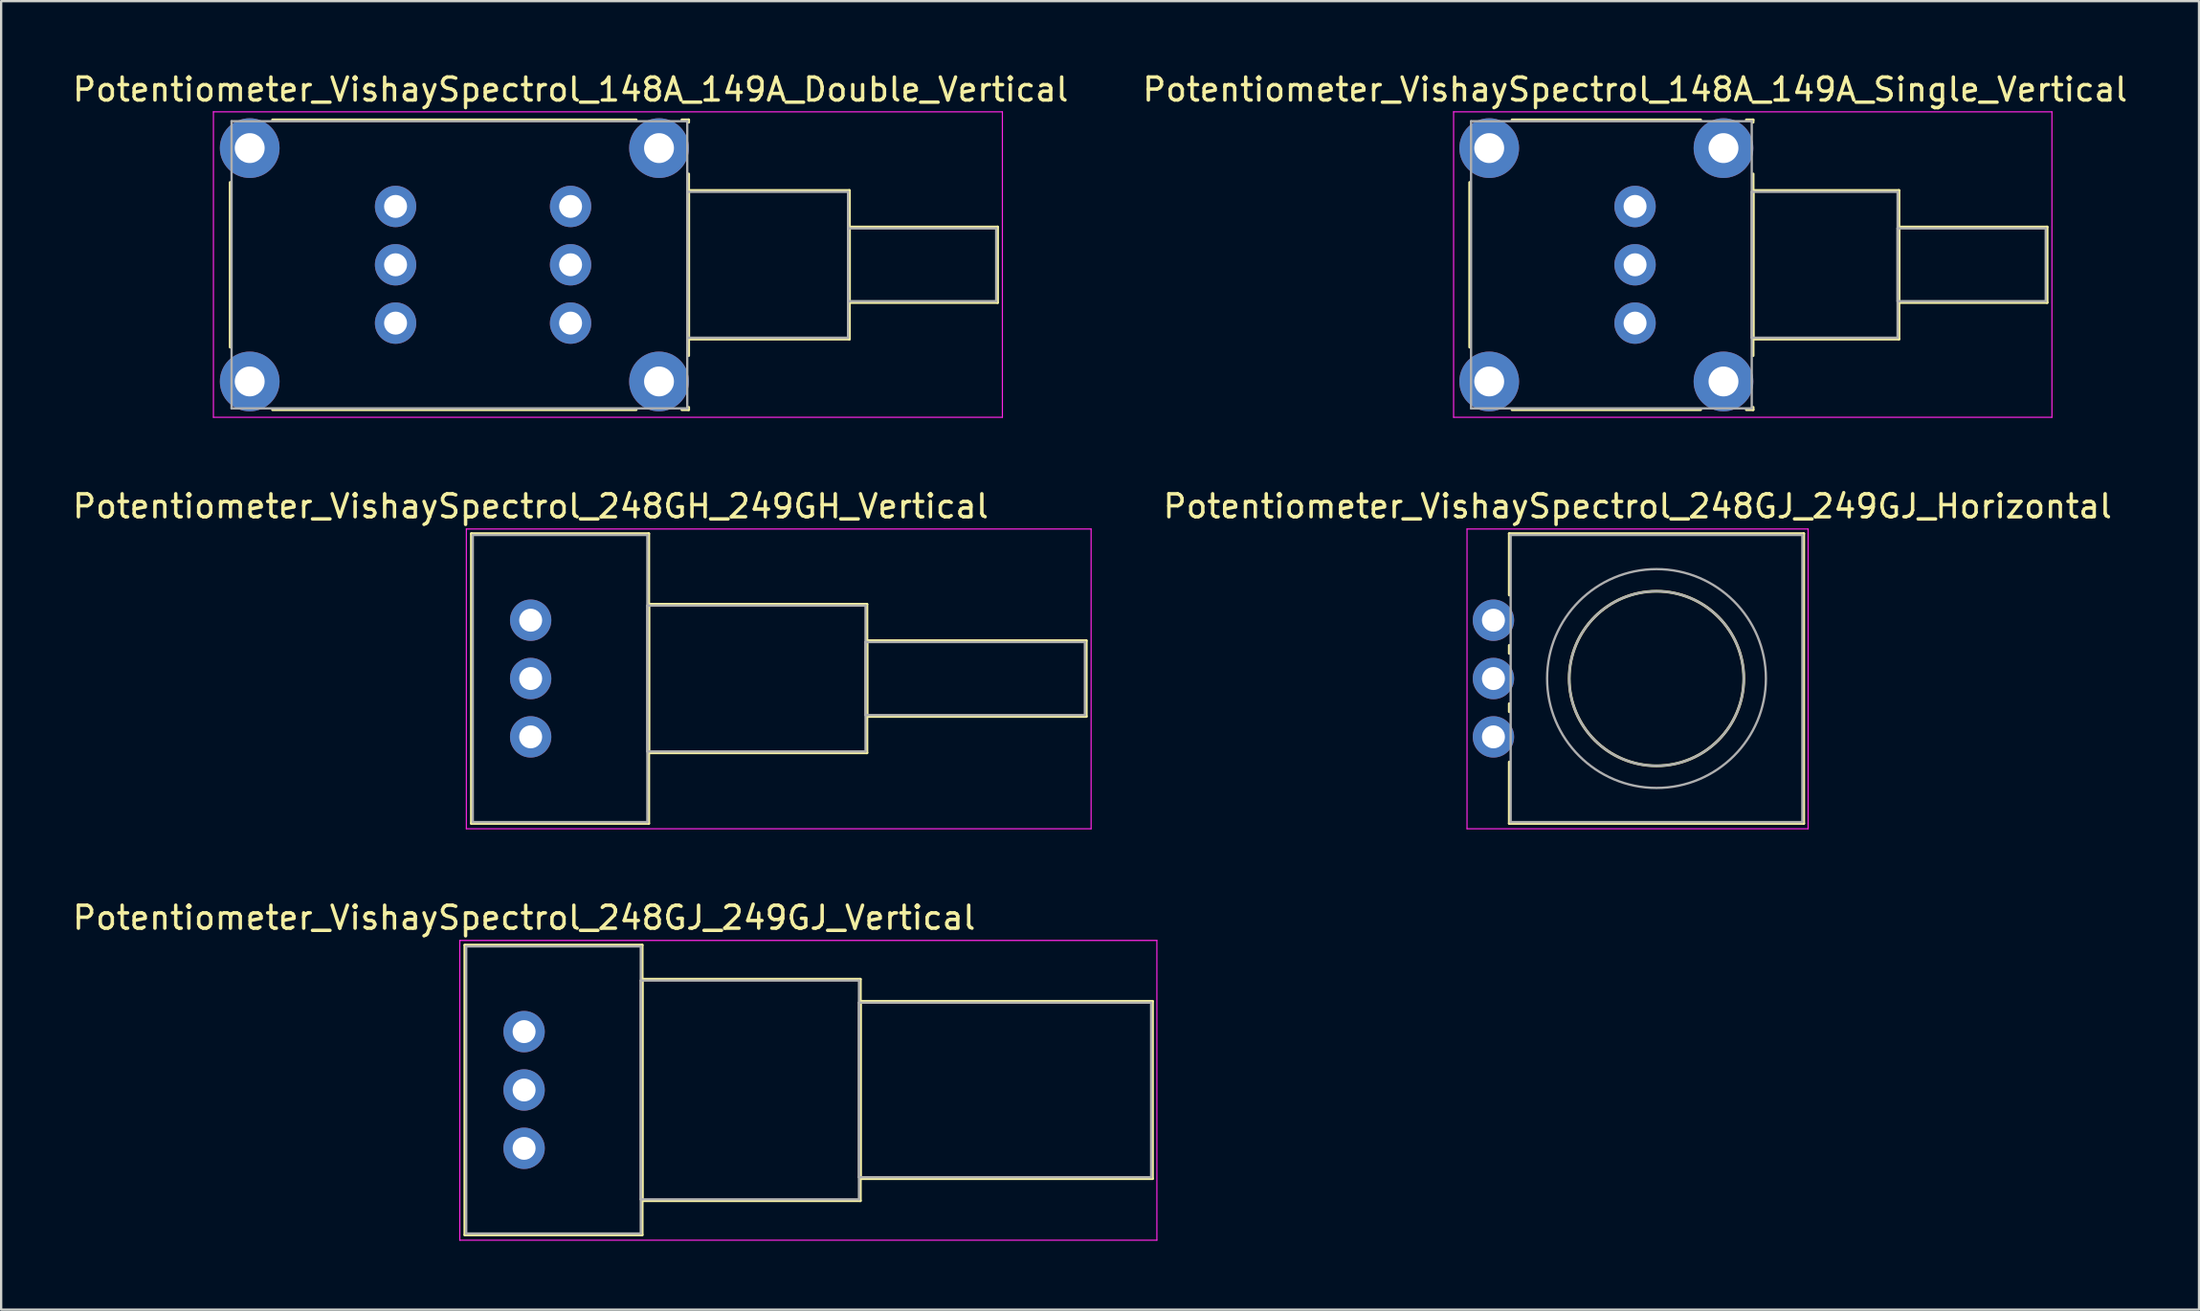
<source format=kicad_pcb>
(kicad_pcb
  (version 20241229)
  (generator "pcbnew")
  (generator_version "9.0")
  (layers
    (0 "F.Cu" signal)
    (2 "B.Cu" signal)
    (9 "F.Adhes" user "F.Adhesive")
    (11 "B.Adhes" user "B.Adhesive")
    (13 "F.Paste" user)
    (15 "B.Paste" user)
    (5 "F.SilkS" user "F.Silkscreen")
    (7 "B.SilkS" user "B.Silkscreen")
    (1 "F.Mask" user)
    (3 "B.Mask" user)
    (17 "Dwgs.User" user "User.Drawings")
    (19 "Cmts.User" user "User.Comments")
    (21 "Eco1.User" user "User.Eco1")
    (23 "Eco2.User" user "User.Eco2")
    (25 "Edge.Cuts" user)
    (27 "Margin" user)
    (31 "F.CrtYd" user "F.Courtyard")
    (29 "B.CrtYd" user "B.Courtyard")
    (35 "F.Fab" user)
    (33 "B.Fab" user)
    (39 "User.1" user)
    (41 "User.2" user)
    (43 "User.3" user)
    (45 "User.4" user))
  (footprint "Potentiometer_VishaySpectrol_248GJ_249GJ_Horizontal"
    (layer "F.Cu")
    (at 61.971 29.032)
    (property "Reference" "Potentiometer_VishaySpectrol_248GJ_249GJ_Horizontal" (at 6.275 -10.04 0) (layer "F.SilkS") (effects (font (size 1 1) (thickness 0.15))))
    (attr through_hole)
    (fp_line (start 0.69 -8.85) (end 0.69 -6.175) (stroke (width 0.12) (type solid)) (layer "F.SilkS"))
    (fp_line (start 0.69 -8.85) (end 13.51 -8.85) (stroke (width 0.12) (type solid)) (layer "F.SilkS"))
    (fp_line (start 0.69 -3.985) (end 0.69 -3.635) (stroke (width 0.12) (type solid)) (layer "F.SilkS"))
    (fp_line (start 0.69 -1.445) (end 0.69 -1.095) (stroke (width 0.12) (type solid)) (layer "F.SilkS"))
    (fp_line (start 0.69 1.095) (end 0.69 3.77) (stroke (width 0.12) (type solid)) (layer "F.SilkS"))
    (fp_line (start 0.69 3.77) (end 13.51 3.77) (stroke (width 0.12) (type solid)) (layer "F.SilkS"))
    (fp_line (start 13.51 -8.85) (end 13.51 3.77) (stroke (width 0.12) (type solid)) (layer "F.SilkS"))
    (fp_circle (center 7.1 -2.54) (end 10.9 -2.54) (stroke (width 0.12) (type solid)) (fill no) (layer "F.SilkS"))
    (fp_line (start -1.15 -9.05) (end -1.15 4) (stroke (width 0.05) (type solid)) (layer "F.CrtYd"))
    (fp_line (start -1.15 4) (end 13.7 4) (stroke (width 0.05) (type solid)) (layer "F.CrtYd"))
    (fp_line (start 13.7 -9.05) (end -1.15 -9.05) (stroke (width 0.05) (type solid)) (layer "F.CrtYd"))
    (fp_line (start 13.7 4) (end 13.7 -9.05) (stroke (width 0.05) (type solid)) (layer "F.CrtYd"))
    (fp_line (start 0.75 -8.79) (end 0.75 3.71) (stroke (width 0.1) (type solid)) (layer "F.Fab"))
    (fp_line (start 0.75 3.71) (end 13.45 3.71) (stroke (width 0.1) (type solid)) (layer "F.Fab"))
    (fp_line (start 13.45 -8.79) (end 0.75 -8.79) (stroke (width 0.1) (type solid)) (layer "F.Fab"))
    (fp_line (start 13.45 3.71) (end 13.45 -8.79) (stroke (width 0.1) (type solid)) (layer "F.Fab"))
    (fp_circle (center 7.1 -2.54) (end 10.9 -2.54) (stroke (width 0.1) (type solid)) (fill no) (layer "F.Fab"))
    (fp_circle (center 7.1 -2.54) (end 11.863 -2.54) (stroke (width 0.1) (type solid)) (fill no) (layer "F.Fab"))
    (pad "1" thru_hole circle (at 0 0) (size 1.8 1.8) (drill 1) (layers "*.Cu" "*.Mask"))
    (pad "2" thru_hole circle (at 0 -2.54) (size 1.8 1.8) (drill 1) (layers "*.Cu" "*.Mask"))
    (pad "3" thru_hole circle (at 0 -5.08) (size 1.8 1.8) (drill 1) (layers "*.Cu" "*.Mask")))
  (footprint "Potentiometer_VishaySpectrol_148A_149A_Single_Vertical"
    (layer "F.Cu")
    (at 68.137 11.018)
    (property "Reference" "Potentiometer_VishaySpectrol_148A_149A_Single_Vertical" (at 0 -10.17 0) (layer "F.SilkS") (effects (font (size 1 1) (thickness 0.15))))
    (attr through_hole)
    (fp_line (start -7.2 -6.126) (end -7.2 1.046) (stroke (width 0.12) (type solid)) (layer "F.SilkS"))
    (fp_line (start -5.357 -8.85) (end 2.857 -8.85) (stroke (width 0.12) (type solid)) (layer "F.SilkS"))
    (fp_line (start -5.357 3.77) (end 2.857 3.77) (stroke (width 0.12) (type solid)) (layer "F.SilkS"))
    (fp_line (start 4.844 -8.85) (end 5.14 -8.85) (stroke (width 0.12) (type solid)) (layer "F.SilkS"))
    (fp_line (start 4.844 3.77) (end 5.14 3.77) (stroke (width 0.12) (type solid)) (layer "F.SilkS"))
    (fp_line (start 5.14 -8.85) (end 5.14 -8.746) (stroke (width 0.12) (type solid)) (layer "F.SilkS"))
    (fp_line (start 5.14 -6.496) (end 5.14 1.415) (stroke (width 0.12) (type solid)) (layer "F.SilkS"))
    (fp_line (start 5.14 -5.775) (end 5.14 0.695) (stroke (width 0.12) (type solid)) (layer "F.SilkS"))
    (fp_line (start 5.14 -5.775) (end 11.49 -5.775) (stroke (width 0.12) (type solid)) (layer "F.SilkS"))
    (fp_line (start 5.14 0.695) (end 11.49 0.695) (stroke (width 0.12) (type solid)) (layer "F.SilkS"))
    (fp_line (start 5.14 3.665) (end 5.14 3.77) (stroke (width 0.12) (type solid)) (layer "F.SilkS"))
    (fp_line (start 11.49 -5.775) (end 11.49 0.695) (stroke (width 0.12) (type solid)) (layer "F.SilkS"))
    (fp_line (start 11.49 -4.185) (end 11.49 -0.895) (stroke (width 0.12) (type solid)) (layer "F.SilkS"))
    (fp_line (start 11.49 -4.185) (end 17.94 -4.185) (stroke (width 0.12) (type solid)) (layer "F.SilkS"))
    (fp_line (start 11.49 -0.895) (end 17.94 -0.895) (stroke (width 0.12) (type solid)) (layer "F.SilkS"))
    (fp_line (start 17.94 -4.185) (end 17.94 -0.895) (stroke (width 0.12) (type solid)) (layer "F.SilkS"))
    (fp_line (start -7.9 -9.2) (end -7.9 4.1) (stroke (width 0.05) (type solid)) (layer "F.CrtYd"))
    (fp_line (start -7.9 4.1) (end 18.15 4.1) (stroke (width 0.05) (type solid)) (layer "F.CrtYd"))
    (fp_line (start 18.15 -9.2) (end -7.9 -9.2) (stroke (width 0.05) (type solid)) (layer "F.CrtYd"))
    (fp_line (start 18.15 4.1) (end 18.15 -9.2) (stroke (width 0.05) (type solid)) (layer "F.CrtYd"))
    (fp_line (start -7.14 -8.79) (end -7.14 3.71) (stroke (width 0.1) (type solid)) (layer "F.Fab"))
    (fp_line (start -7.14 3.71) (end 5.08 3.71) (stroke (width 0.1) (type solid)) (layer "F.Fab"))
    (fp_line (start 5.08 -8.79) (end -7.14 -8.79) (stroke (width 0.1) (type solid)) (layer "F.Fab"))
    (fp_line (start 5.08 -5.715) (end 5.08 0.635) (stroke (width 0.1) (type solid)) (layer "F.Fab"))
    (fp_line (start 5.08 0.635) (end 11.43 0.635) (stroke (width 0.1) (type solid)) (layer "F.Fab"))
    (fp_line (start 5.08 3.71) (end 5.08 -8.79) (stroke (width 0.1) (type solid)) (layer "F.Fab"))
    (fp_line (start 11.43 -5.715) (end 5.08 -5.715) (stroke (width 0.1) (type solid)) (layer "F.Fab"))
    (fp_line (start 11.43 -4.125) (end 11.43 -0.955) (stroke (width 0.1) (type solid)) (layer "F.Fab"))
    (fp_line (start 11.43 -0.955) (end 17.88 -0.955) (stroke (width 0.1) (type solid)) (layer "F.Fab"))
    (fp_line (start 11.43 0.635) (end 11.43 -5.715) (stroke (width 0.1) (type solid)) (layer "F.Fab"))
    (fp_line (start 17.88 -4.125) (end 11.43 -4.125) (stroke (width 0.1) (type solid)) (layer "F.Fab"))
    (fp_line (start 17.88 -0.955) (end 17.88 -4.125) (stroke (width 0.1) (type solid)) (layer "F.Fab"))
    (pad "0" thru_hole circle (at -6.35 -7.62) (size 2.6 2.6) (drill 1.3) (layers "*.Cu" "*.Mask"))
    (pad "0" thru_hole circle (at -6.35 2.54) (size 2.6 2.6) (drill 1.3) (layers "*.Cu" "*.Mask"))
    (pad "0" thru_hole circle (at 3.85 -7.62) (size 2.6 2.6) (drill 1.3) (layers "*.Cu" "*.Mask"))
    (pad "0" thru_hole circle (at 3.85 2.54) (size 2.6 2.6) (drill 1.3) (layers "*.Cu" "*.Mask"))
    (pad "1" thru_hole circle (at 0 0) (size 1.8 1.8) (drill 1) (layers "*.Cu" "*.Mask"))
    (pad "2" thru_hole circle (at 0 -2.54) (size 1.8 1.8) (drill 1) (layers "*.Cu" "*.Mask"))
    (pad "3" thru_hole circle (at 0 -5.08) (size 1.8 1.8) (drill 1) (layers "*.Cu" "*.Mask")))
  (footprint "Potentiometer_VishaySpectrol_248GJ_249GJ_Vertical"
    (layer "F.Cu")
    (at 19.768 46.945)
    (property "Reference" "Potentiometer_VishaySpectrol_248GJ_249GJ_Vertical" (at 0 -10.04 0) (layer "F.SilkS") (effects (font (size 1 1) (thickness 0.15))))
    (attr through_hole)
    (fp_line (start -2.58 -8.85) (end -2.58 3.77) (stroke (width 0.12) (type solid)) (layer "F.SilkS"))
    (fp_line (start -2.58 -8.85) (end 5.141 -8.85) (stroke (width 0.12) (type solid)) (layer "F.SilkS"))
    (fp_line (start -2.58 3.77) (end 5.141 3.77) (stroke (width 0.12) (type solid)) (layer "F.SilkS"))
    (fp_line (start 5.141 -8.85) (end 5.141 3.77) (stroke (width 0.12) (type solid)) (layer "F.SilkS"))
    (fp_line (start 5.141 -7.363) (end 5.141 2.283) (stroke (width 0.12) (type solid)) (layer "F.SilkS"))
    (fp_line (start 5.141 -7.363) (end 14.64 -7.363) (stroke (width 0.12) (type solid)) (layer "F.SilkS"))
    (fp_line (start 5.141 2.283) (end 14.64 2.283) (stroke (width 0.12) (type solid)) (layer "F.SilkS"))
    (fp_line (start 14.64 -7.363) (end 14.64 2.283) (stroke (width 0.12) (type solid)) (layer "F.SilkS"))
    (fp_line (start 14.64 -6.4) (end 14.64 1.32) (stroke (width 0.12) (type solid)) (layer "F.SilkS"))
    (fp_line (start 14.64 -6.4) (end 27.36 -6.4) (stroke (width 0.12) (type solid)) (layer "F.SilkS"))
    (fp_line (start 14.64 1.32) (end 27.36 1.32) (stroke (width 0.12) (type solid)) (layer "F.SilkS"))
    (fp_line (start 27.36 -6.4) (end 27.36 1.32) (stroke (width 0.12) (type solid)) (layer "F.SilkS"))
    (fp_line (start -2.8 -9.05) (end -2.8 4) (stroke (width 0.05) (type solid)) (layer "F.CrtYd"))
    (fp_line (start -2.8 4) (end 27.55 4) (stroke (width 0.05) (type solid)) (layer "F.CrtYd"))
    (fp_line (start 27.55 -9.05) (end -2.8 -9.05) (stroke (width 0.05) (type solid)) (layer "F.CrtYd"))
    (fp_line (start 27.55 4) (end 27.55 -9.05) (stroke (width 0.05) (type solid)) (layer "F.CrtYd"))
    (fp_line (start -2.52 -8.79) (end -2.52 3.71) (stroke (width 0.1) (type solid)) (layer "F.Fab"))
    (fp_line (start -2.52 3.71) (end 5.08 3.71) (stroke (width 0.1) (type solid)) (layer "F.Fab"))
    (fp_line (start 5.08 -8.79) (end -2.52 -8.79) (stroke (width 0.1) (type solid)) (layer "F.Fab"))
    (fp_line (start 5.08 -7.303) (end 5.08 2.223) (stroke (width 0.1) (type solid)) (layer "F.Fab"))
    (fp_line (start 5.08 2.223) (end 14.58 2.223) (stroke (width 0.1) (type solid)) (layer "F.Fab"))
    (fp_line (start 5.08 3.71) (end 5.08 -8.79) (stroke (width 0.1) (type solid)) (layer "F.Fab"))
    (fp_line (start 14.58 -7.303) (end 5.08 -7.303) (stroke (width 0.1) (type solid)) (layer "F.Fab"))
    (fp_line (start 14.58 -6.34) (end 14.58 1.26) (stroke (width 0.1) (type solid)) (layer "F.Fab"))
    (fp_line (start 14.58 1.26) (end 27.3 1.26) (stroke (width 0.1) (type solid)) (layer "F.Fab"))
    (fp_line (start 14.58 2.223) (end 14.58 -7.303) (stroke (width 0.1) (type solid)) (layer "F.Fab"))
    (fp_line (start 27.3 -6.34) (end 14.58 -6.34) (stroke (width 0.1) (type solid)) (layer "F.Fab"))
    (fp_line (start 27.3 1.26) (end 27.3 -6.34) (stroke (width 0.1) (type solid)) (layer "F.Fab"))
    (pad "1" thru_hole circle (at 0 0) (size 1.8 1.8) (drill 1) (layers "*.Cu" "*.Mask"))
    (pad "2" thru_hole circle (at 0 -2.54) (size 1.8 1.8) (drill 1) (layers "*.Cu" "*.Mask"))
    (pad "3" thru_hole circle (at 0 -5.08) (size 1.8 1.8) (drill 1) (layers "*.Cu" "*.Mask")))
  (footprint "Potentiometer_VishaySpectrol_248GH_249GH_Vertical"
    (layer "F.Cu")
    (at 20.054 29.032)
    (property "Reference" "Potentiometer_VishaySpectrol_248GH_249GH_Vertical" (at 0 -10.04 0) (layer "F.SilkS") (effects (font (size 1 1) (thickness 0.15))))
    (attr through_hole)
    (fp_line (start -2.58 -8.85) (end -2.58 3.77) (stroke (width 0.12) (type solid)) (layer "F.SilkS"))
    (fp_line (start -2.58 -8.85) (end 5.141 -8.85) (stroke (width 0.12) (type solid)) (layer "F.SilkS"))
    (fp_line (start -2.58 3.77) (end 5.141 3.77) (stroke (width 0.12) (type solid)) (layer "F.SilkS"))
    (fp_line (start 5.141 -8.85) (end 5.141 3.77) (stroke (width 0.12) (type solid)) (layer "F.SilkS"))
    (fp_line (start 5.141 -5.775) (end 5.141 0.695) (stroke (width 0.12) (type solid)) (layer "F.SilkS"))
    (fp_line (start 5.141 -5.775) (end 14.64 -5.775) (stroke (width 0.12) (type solid)) (layer "F.SilkS"))
    (fp_line (start 5.141 0.695) (end 14.64 0.695) (stroke (width 0.12) (type solid)) (layer "F.SilkS"))
    (fp_line (start 14.64 -5.775) (end 14.64 0.695) (stroke (width 0.12) (type solid)) (layer "F.SilkS"))
    (fp_line (start 14.64 -4.189) (end 14.64 -0.89) (stroke (width 0.12) (type solid)) (layer "F.SilkS"))
    (fp_line (start 14.64 -4.189) (end 24.19 -4.189) (stroke (width 0.12) (type solid)) (layer "F.SilkS"))
    (fp_line (start 14.64 -0.89) (end 24.19 -0.89) (stroke (width 0.12) (type solid)) (layer "F.SilkS"))
    (fp_line (start 24.19 -4.189) (end 24.19 -0.89) (stroke (width 0.12) (type solid)) (layer "F.SilkS"))
    (fp_line (start -2.8 -9.05) (end -2.8 4) (stroke (width 0.05) (type solid)) (layer "F.CrtYd"))
    (fp_line (start -2.8 4) (end 24.4 4) (stroke (width 0.05) (type solid)) (layer "F.CrtYd"))
    (fp_line (start 24.4 -9.05) (end -2.8 -9.05) (stroke (width 0.05) (type solid)) (layer "F.CrtYd"))
    (fp_line (start 24.4 4) (end 24.4 -9.05) (stroke (width 0.05) (type solid)) (layer "F.CrtYd"))
    (fp_line (start -2.52 -8.79) (end -2.52 3.71) (stroke (width 0.1) (type solid)) (layer "F.Fab"))
    (fp_line (start -2.52 3.71) (end 5.08 3.71) (stroke (width 0.1) (type solid)) (layer "F.Fab"))
    (fp_line (start 5.08 -8.79) (end -2.52 -8.79) (stroke (width 0.1) (type solid)) (layer "F.Fab"))
    (fp_line (start 5.08 -5.715) (end 5.08 0.635) (stroke (width 0.1) (type solid)) (layer "F.Fab"))
    (fp_line (start 5.08 0.635) (end 14.58 0.635) (stroke (width 0.1) (type solid)) (layer "F.Fab"))
    (fp_line (start 5.08 3.71) (end 5.08 -8.79) (stroke (width 0.1) (type solid)) (layer "F.Fab"))
    (fp_line (start 14.58 -5.715) (end 5.08 -5.715) (stroke (width 0.1) (type solid)) (layer "F.Fab"))
    (fp_line (start 14.58 -4.13) (end 14.58 -0.95) (stroke (width 0.1) (type solid)) (layer "F.Fab"))
    (fp_line (start 14.58 -0.95) (end 24.13 -0.95) (stroke (width 0.1) (type solid)) (layer "F.Fab"))
    (fp_line (start 14.58 0.635) (end 14.58 -5.715) (stroke (width 0.1) (type solid)) (layer "F.Fab"))
    (fp_line (start 24.13 -4.13) (end 14.58 -4.13) (stroke (width 0.1) (type solid)) (layer "F.Fab"))
    (fp_line (start 24.13 -0.95) (end 24.13 -4.13) (stroke (width 0.1) (type solid)) (layer "F.Fab"))
    (pad "1" thru_hole circle (at 0 0) (size 1.8 1.8) (drill 1) (layers "*.Cu" "*.Mask"))
    (pad "2" thru_hole circle (at 0 -2.54) (size 1.8 1.8) (drill 1) (layers "*.Cu" "*.Mask"))
    (pad "3" thru_hole circle (at 0 -5.08) (size 1.8 1.8) (drill 1) (layers "*.Cu" "*.Mask")))
  (footprint "Potentiometer_VishaySpectrol_148A_149A_Double_Vertical"
    (layer "F.Cu")
    (at 21.792 11.018)
    (property "Reference" "Potentiometer_VishaySpectrol_148A_149A_Double_Vertical" (at 0 -10.17 0) (layer "F.SilkS") (effects (font (size 1 1) (thickness 0.15))))
    (attr through_hole)
    (fp_line (start -14.82 -6.126) (end -14.82 1.046) (stroke (width 0.12) (type solid)) (layer "F.SilkS"))
    (fp_line (start -12.977 -8.85) (end 2.857 -8.85) (stroke (width 0.12) (type solid)) (layer "F.SilkS"))
    (fp_line (start -12.977 3.77) (end 2.857 3.77) (stroke (width 0.12) (type solid)) (layer "F.SilkS"))
    (fp_line (start 4.844 -8.85) (end 5.141 -8.85) (stroke (width 0.12) (type solid)) (layer "F.SilkS"))
    (fp_line (start 4.844 3.77) (end 5.141 3.77) (stroke (width 0.12) (type solid)) (layer "F.SilkS"))
    (fp_line (start 5.141 -8.85) (end 5.141 -8.746) (stroke (width 0.12) (type solid)) (layer "F.SilkS"))
    (fp_line (start 5.141 -6.496) (end 5.141 1.415) (stroke (width 0.12) (type solid)) (layer "F.SilkS"))
    (fp_line (start 5.141 -5.775) (end 5.141 0.695) (stroke (width 0.12) (type solid)) (layer "F.SilkS"))
    (fp_line (start 5.141 -5.775) (end 12.14 -5.775) (stroke (width 0.12) (type solid)) (layer "F.SilkS"))
    (fp_line (start 5.141 0.695) (end 12.14 0.695) (stroke (width 0.12) (type solid)) (layer "F.SilkS"))
    (fp_line (start 5.141 3.665) (end 5.141 3.77) (stroke (width 0.12) (type solid)) (layer "F.SilkS"))
    (fp_line (start 12.14 -5.775) (end 12.14 0.695) (stroke (width 0.12) (type solid)) (layer "F.SilkS"))
    (fp_line (start 12.14 -4.185) (end 12.14 -0.895) (stroke (width 0.12) (type solid)) (layer "F.SilkS"))
    (fp_line (start 12.14 -4.185) (end 18.591 -4.185) (stroke (width 0.12) (type solid)) (layer "F.SilkS"))
    (fp_line (start 12.14 -0.895) (end 18.591 -0.895) (stroke (width 0.12) (type solid)) (layer "F.SilkS"))
    (fp_line (start 18.591 -4.185) (end 18.591 -0.895) (stroke (width 0.12) (type solid)) (layer "F.SilkS"))
    (fp_line (start -15.55 -9.2) (end -15.55 4.1) (stroke (width 0.05) (type solid)) (layer "F.CrtYd"))
    (fp_line (start -15.55 4.1) (end 18.8 4.1) (stroke (width 0.05) (type solid)) (layer "F.CrtYd"))
    (fp_line (start 18.8 -9.2) (end -15.55 -9.2) (stroke (width 0.05) (type solid)) (layer "F.CrtYd"))
    (fp_line (start 18.8 4.1) (end 18.8 -9.2) (stroke (width 0.05) (type solid)) (layer "F.CrtYd"))
    (fp_line (start -14.76 -8.79) (end -14.76 3.71) (stroke (width 0.1) (type solid)) (layer "F.Fab"))
    (fp_line (start -14.76 3.71) (end 5.08 3.71) (stroke (width 0.1) (type solid)) (layer "F.Fab"))
    (fp_line (start 5.08 -8.79) (end -14.76 -8.79) (stroke (width 0.1) (type solid)) (layer "F.Fab"))
    (fp_line (start 5.08 -5.715) (end 5.08 0.635) (stroke (width 0.1) (type solid)) (layer "F.Fab"))
    (fp_line (start 5.08 0.635) (end 12.08 0.635) (stroke (width 0.1) (type solid)) (layer "F.Fab"))
    (fp_line (start 5.08 3.71) (end 5.08 -8.79) (stroke (width 0.1) (type solid)) (layer "F.Fab"))
    (fp_line (start 12.08 -5.715) (end 5.08 -5.715) (stroke (width 0.1) (type solid)) (layer "F.Fab"))
    (fp_line (start 12.08 -4.125) (end 12.08 -0.955) (stroke (width 0.1) (type solid)) (layer "F.Fab"))
    (fp_line (start 12.08 -0.955) (end 18.53 -0.955) (stroke (width 0.1) (type solid)) (layer "F.Fab"))
    (fp_line (start 12.08 0.635) (end 12.08 -5.715) (stroke (width 0.1) (type solid)) (layer "F.Fab"))
    (fp_line (start 18.53 -4.125) (end 12.08 -4.125) (stroke (width 0.1) (type solid)) (layer "F.Fab"))
    (fp_line (start 18.53 -0.955) (end 18.53 -4.125) (stroke (width 0.1) (type solid)) (layer "F.Fab"))
    (pad "0" thru_hole circle (at -13.97 -7.62) (size 2.6 2.6) (drill 1.3) (layers "*.Cu" "*.Mask"))
    (pad "0" thru_hole circle (at -13.97 2.54) (size 2.6 2.6) (drill 1.3) (layers "*.Cu" "*.Mask"))
    (pad "0" thru_hole circle (at 3.85 -7.62) (size 2.6 2.6) (drill 1.3) (layers "*.Cu" "*.Mask"))
    (pad "0" thru_hole circle (at 3.85 2.54) (size 2.6 2.6) (drill 1.3) (layers "*.Cu" "*.Mask"))
    (pad "1" thru_hole circle (at 0 0) (size 1.8 1.8) (drill 1) (layers "*.Cu" "*.Mask"))
    (pad "2" thru_hole circle (at 0 -2.54) (size 1.8 1.8) (drill 1) (layers "*.Cu" "*.Mask"))
    (pad "3" thru_hole circle (at 0 -5.08) (size 1.8 1.8) (drill 1) (layers "*.Cu" "*.Mask"))
    (pad "4" thru_hole circle (at -7.62 0) (size 1.8 1.8) (drill 1) (layers "*.Cu" "*.Mask"))
    (pad "5" thru_hole circle (at -7.62 -2.54) (size 1.8 1.8) (drill 1) (layers "*.Cu" "*.Mask"))
    (pad "6" thru_hole circle (at -7.62 -5.08) (size 1.8 1.8) (drill 1) (layers "*.Cu" "*.Mask")))
  (gr_rect
    (start -3 -3)
    (end 92.69 53.97)
    (stroke (width 0.1) (type default))
    (fill no)
    (layer "Edge.Cuts")))
</source>
